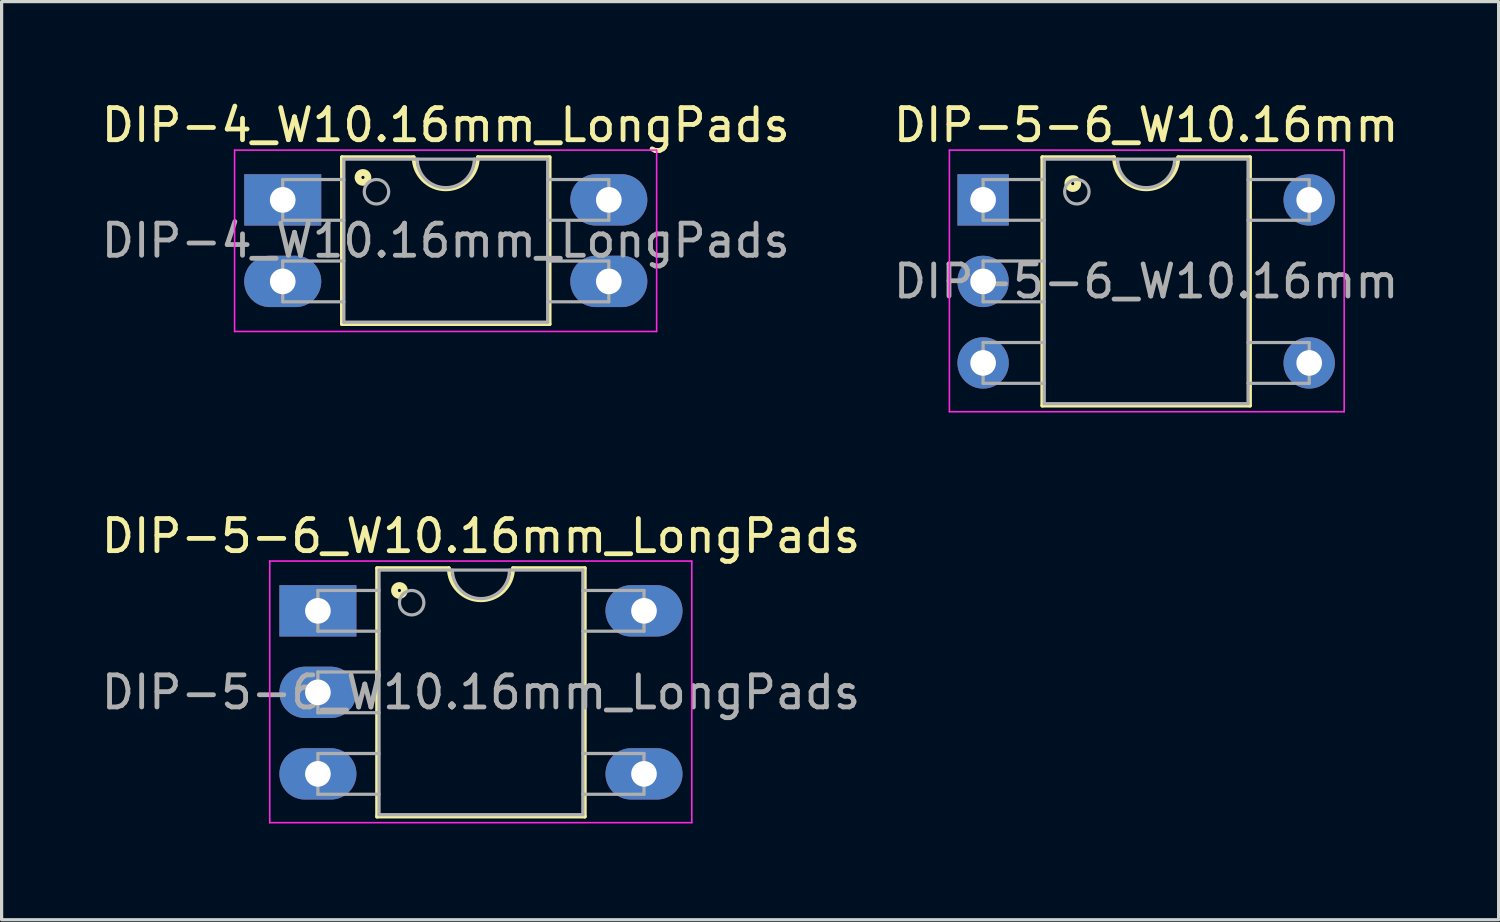
<source format=kicad_pcb>
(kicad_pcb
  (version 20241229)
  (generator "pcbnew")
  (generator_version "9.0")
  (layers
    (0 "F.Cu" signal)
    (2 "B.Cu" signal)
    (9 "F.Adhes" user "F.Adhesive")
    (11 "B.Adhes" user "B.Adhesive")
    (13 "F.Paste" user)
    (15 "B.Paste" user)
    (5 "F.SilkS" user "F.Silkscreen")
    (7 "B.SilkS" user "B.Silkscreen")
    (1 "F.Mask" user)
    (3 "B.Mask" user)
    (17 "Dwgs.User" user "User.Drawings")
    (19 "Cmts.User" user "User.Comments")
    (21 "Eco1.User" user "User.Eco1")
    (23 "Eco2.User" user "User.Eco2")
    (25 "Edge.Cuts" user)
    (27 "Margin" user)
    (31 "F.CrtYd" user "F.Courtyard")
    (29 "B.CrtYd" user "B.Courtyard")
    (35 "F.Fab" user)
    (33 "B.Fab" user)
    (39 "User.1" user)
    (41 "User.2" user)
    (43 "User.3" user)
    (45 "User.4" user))
  (footprint "DIP-5-6_W10.16mm"
    (layer "F.Cu")
    (at 27.581 3.178)
    (property "Reference" "DIP-5-6_W10.16mm" (at 5.08 -2.33 0) (layer "F.SilkS") (effects (font (size 1 1) (thickness 0.15))))
    (attr through_hole)
    (fp_line (start 1.845 -1.33) (end 1.845 6.41) (stroke (width 0.12) (type solid)) (layer "F.SilkS"))
    (fp_line (start 1.845 6.41) (end 8.315 6.41) (stroke (width 0.12) (type solid)) (layer "F.SilkS"))
    (fp_line (start 4.08 -1.33) (end 1.845 -1.33) (stroke (width 0.12) (type solid)) (layer "F.SilkS"))
    (fp_line (start 8.315 -1.33) (end 6.08 -1.33) (stroke (width 0.12) (type solid)) (layer "F.SilkS"))
    (fp_line (start 8.315 6.41) (end 8.315 -1.33) (stroke (width 0.12) (type solid)) (layer "F.SilkS"))
    (fp_arc (start 6.08 -1.33) (mid 5.08 -0.33) (end 4.08 -1.33) (stroke (width 0.12) (type solid)) (layer "F.SilkS"))
    (fp_circle (center 2.794 -0.508) (end 2.844 -0.508) (stroke (width 0.12) (type solid)) (fill no) (layer "F.SilkS"))
    (fp_circle (center 2.794 -0.508) (end 2.919 -0.508) (stroke (width 0.12) (type solid)) (fill no) (layer "F.SilkS"))
    (fp_circle (center 2.794 -0.508) (end 2.994 -0.508) (stroke (width 0.12) (type solid)) (fill no) (layer "F.SilkS"))
    (fp_line (start -1.05 -1.55) (end -1.05 6.6) (stroke (width 0.05) (type solid)) (layer "F.CrtYd"))
    (fp_line (start -1.05 6.6) (end 11.25 6.6) (stroke (width 0.05) (type solid)) (layer "F.CrtYd"))
    (fp_line (start 11.25 -1.55) (end -1.05 -1.55) (stroke (width 0.05) (type solid)) (layer "F.CrtYd"))
    (fp_line (start 11.25 6.6) (end 11.25 -1.55) (stroke (width 0.05) (type solid)) (layer "F.CrtYd"))
    (fp_line (start 0 -0.635) (end 0 0.635) (stroke (width 0.1) (type solid)) (layer "F.Fab"))
    (fp_line (start 0 -0.635) (end 1.905 -0.635) (stroke (width 0.1) (type solid)) (layer "F.Fab"))
    (fp_line (start 0 0.635) (end 1.905 0.635) (stroke (width 0.1) (type solid)) (layer "F.Fab"))
    (fp_line (start 0 1.905) (end 0 3.175) (stroke (width 0.1) (type solid)) (layer "F.Fab"))
    (fp_line (start 0 1.905) (end 1.905 1.905) (stroke (width 0.1) (type solid)) (layer "F.Fab"))
    (fp_line (start 0 3.175) (end 1.905 3.175) (stroke (width 0.1) (type solid)) (layer "F.Fab"))
    (fp_line (start 0 4.445) (end 0 5.715) (stroke (width 0.1) (type solid)) (layer "F.Fab"))
    (fp_line (start 0 4.445) (end 1.905 4.445) (stroke (width 0.1) (type solid)) (layer "F.Fab"))
    (fp_line (start 0 5.715) (end 1.905 5.715) (stroke (width 0.1) (type solid)) (layer "F.Fab"))
    (fp_line (start 1.905 -1.27) (end 8.255 -1.27) (stroke (width 0.1) (type solid)) (layer "F.Fab"))
    (fp_line (start 1.905 6.35) (end 1.905 -1.27) (stroke (width 0.1) (type solid)) (layer "F.Fab"))
    (fp_line (start 8.255 -1.27) (end 8.255 6.35) (stroke (width 0.1) (type solid)) (layer "F.Fab"))
    (fp_line (start 8.255 6.35) (end 1.905 6.35) (stroke (width 0.1) (type solid)) (layer "F.Fab"))
    (fp_line (start 10.16 -0.635) (end 8.255 -0.635) (stroke (width 0.1) (type solid)) (layer "F.Fab"))
    (fp_line (start 10.16 0.635) (end 8.255 0.635) (stroke (width 0.1) (type solid)) (layer "F.Fab"))
    (fp_line (start 10.16 0.635) (end 10.16 -0.635) (stroke (width 0.1) (type solid)) (layer "F.Fab"))
    (fp_line (start 10.16 4.445) (end 8.255 4.445) (stroke (width 0.1) (type solid)) (layer "F.Fab"))
    (fp_line (start 10.16 5.715) (end 8.255 5.715) (stroke (width 0.1) (type solid)) (layer "F.Fab"))
    (fp_line (start 10.16 5.715) (end 10.16 4.445) (stroke (width 0.1) (type solid)) (layer "F.Fab"))
    (fp_arc (start 5.969 -1.27) (mid 5.08 -0.381) (end 4.191 -1.27) (stroke (width 0.1) (type solid)) (layer "F.Fab"))
    (fp_circle (center 2.921 -0.254) (end 3.302 -0.254) (stroke (width 0.1) (type solid)) (fill no) (layer "F.Fab"))
    (fp_text user "${REFERENCE}" (at 5.08 2.54 0) (layer "F.Fab") (effects (font (size 1 1) (thickness 0.15))))
    (pad "1" thru_hole rect (at 0 0) (size 1.6 1.6) (drill 0.8) (layers "*.Cu" "*.Mask"))
    (pad "2" thru_hole oval (at 0 2.54) (size 1.6 1.6) (drill 0.8) (layers "*.Cu" "*.Mask"))
    (pad "3" thru_hole oval (at 0 5.08) (size 1.6 1.6) (drill 0.8) (layers "*.Cu" "*.Mask"))
    (pad "4" thru_hole oval (at 10.16 5.08) (size 1.6 1.6) (drill 0.8) (layers "*.Cu" "*.Mask"))
    (pad "6" thru_hole oval (at 10.16 0) (size 1.6 1.6) (drill 0.8) (layers "*.Cu" "*.Mask")))
  (footprint "DIP-5-6_W10.16mm_LongPads"
    (layer "F.Cu")
    (at 6.855 15.982)
    (property "Reference" "DIP-5-6_W10.16mm_LongPads" (at 5.08 -2.33 0) (layer "F.SilkS") (effects (font (size 1 1) (thickness 0.15))))
    (attr through_hole)
    (fp_line (start 1.845 -1.33) (end 1.845 6.41) (stroke (width 0.12) (type solid)) (layer "F.SilkS"))
    (fp_line (start 1.845 6.41) (end 8.315 6.41) (stroke (width 0.12) (type solid)) (layer "F.SilkS"))
    (fp_line (start 4.08 -1.33) (end 1.845 -1.33) (stroke (width 0.12) (type solid)) (layer "F.SilkS"))
    (fp_line (start 8.315 -1.33) (end 6.08 -1.33) (stroke (width 0.12) (type solid)) (layer "F.SilkS"))
    (fp_line (start 8.315 6.41) (end 8.315 -1.33) (stroke (width 0.12) (type solid)) (layer "F.SilkS"))
    (fp_arc (start 6.08 -1.33) (mid 5.08 -0.33) (end 4.08 -1.33) (stroke (width 0.12) (type solid)) (layer "F.SilkS"))
    (fp_circle (center 2.54 -0.635) (end 2.59 -0.635) (stroke (width 0.12) (type solid)) (fill no) (layer "F.SilkS"))
    (fp_circle (center 2.54 -0.635) (end 2.665 -0.635) (stroke (width 0.12) (type solid)) (fill no) (layer "F.SilkS"))
    (fp_circle (center 2.54 -0.635) (end 2.74 -0.635) (stroke (width 0.12) (type solid)) (fill no) (layer "F.SilkS"))
    (fp_line (start -1.5 -1.55) (end -1.5 6.6) (stroke (width 0.05) (type solid)) (layer "F.CrtYd"))
    (fp_line (start -1.5 6.6) (end 11.65 6.6) (stroke (width 0.05) (type solid)) (layer "F.CrtYd"))
    (fp_line (start 11.65 -1.55) (end -1.5 -1.55) (stroke (width 0.05) (type solid)) (layer "F.CrtYd"))
    (fp_line (start 11.65 6.6) (end 11.65 -1.55) (stroke (width 0.05) (type solid)) (layer "F.CrtYd"))
    (fp_line (start 0 -0.635) (end 0 0.635) (stroke (width 0.1) (type solid)) (layer "F.Fab"))
    (fp_line (start 0 -0.635) (end 1.905 -0.635) (stroke (width 0.1) (type solid)) (layer "F.Fab"))
    (fp_line (start 0 0.635) (end 1.905 0.635) (stroke (width 0.1) (type solid)) (layer "F.Fab"))
    (fp_line (start 0 1.905) (end 0 3.175) (stroke (width 0.1) (type solid)) (layer "F.Fab"))
    (fp_line (start 0 1.905) (end 1.905 1.905) (stroke (width 0.1) (type solid)) (layer "F.Fab"))
    (fp_line (start 0 3.175) (end 1.905 3.175) (stroke (width 0.1) (type solid)) (layer "F.Fab"))
    (fp_line (start 0 4.445) (end 0 5.715) (stroke (width 0.1) (type solid)) (layer "F.Fab"))
    (fp_line (start 0 4.445) (end 1.905 4.445) (stroke (width 0.1) (type solid)) (layer "F.Fab"))
    (fp_line (start 0 5.715) (end 1.905 5.715) (stroke (width 0.1) (type solid)) (layer "F.Fab"))
    (fp_line (start 1.905 -1.27) (end 8.255 -1.27) (stroke (width 0.1) (type solid)) (layer "F.Fab"))
    (fp_line (start 1.905 6.35) (end 1.905 -1.27) (stroke (width 0.1) (type solid)) (layer "F.Fab"))
    (fp_line (start 8.255 -1.27) (end 8.255 6.35) (stroke (width 0.1) (type solid)) (layer "F.Fab"))
    (fp_line (start 8.255 6.35) (end 1.905 6.35) (stroke (width 0.1) (type solid)) (layer "F.Fab"))
    (fp_line (start 10.16 -0.635) (end 8.255 -0.635) (stroke (width 0.1) (type solid)) (layer "F.Fab"))
    (fp_line (start 10.16 0.635) (end 8.255 0.635) (stroke (width 0.1) (type solid)) (layer "F.Fab"))
    (fp_line (start 10.16 0.635) (end 10.16 -0.635) (stroke (width 0.1) (type solid)) (layer "F.Fab"))
    (fp_line (start 10.16 4.445) (end 8.255 4.445) (stroke (width 0.1) (type solid)) (layer "F.Fab"))
    (fp_line (start 10.16 5.715) (end 8.255 5.715) (stroke (width 0.1) (type solid)) (layer "F.Fab"))
    (fp_line (start 10.16 5.715) (end 10.16 4.445) (stroke (width 0.1) (type solid)) (layer "F.Fab"))
    (fp_arc (start 5.969 -1.27) (mid 5.08 -0.381) (end 4.191 -1.27) (stroke (width 0.1) (type solid)) (layer "F.Fab"))
    (fp_circle (center 2.921 -0.254) (end 3.302 -0.254) (stroke (width 0.1) (type solid)) (fill no) (layer "F.Fab"))
    (fp_text user "${REFERENCE}" (at 5.08 2.54 0) (layer "F.Fab") (effects (font (size 1 1) (thickness 0.15))))
    (pad "1" thru_hole rect (at 0 0) (size 2.4 1.6) (drill 0.8) (layers "*.Cu" "*.Mask"))
    (pad "2" thru_hole oval (at 0 2.54) (size 2.4 1.6) (drill 0.8) (layers "*.Cu" "*.Mask"))
    (pad "3" thru_hole oval (at 0 5.08) (size 2.4 1.6) (drill 0.8) (layers "*.Cu" "*.Mask"))
    (pad "4" thru_hole oval (at 10.16 5.08) (size 2.4 1.6) (drill 0.8) (layers "*.Cu" "*.Mask"))
    (pad "6" thru_hole oval (at 10.16 0) (size 2.4 1.6) (drill 0.8) (layers "*.Cu" "*.Mask")))
  (footprint "DIP-4_W10.16mm_LongPads"
    (layer "F.Cu")
    (at 5.759 3.178)
    (property "Reference" "DIP-4_W10.16mm_LongPads" (at 5.08 -2.33 0) (layer "F.SilkS") (effects (font (size 1 1) (thickness 0.15))))
    (attr through_hole)
    (fp_line (start 1.845 -1.33) (end 1.845 3.87) (stroke (width 0.12) (type solid)) (layer "F.SilkS"))
    (fp_line (start 1.845 3.87) (end 8.315 3.87) (stroke (width 0.12) (type solid)) (layer "F.SilkS"))
    (fp_line (start 4.08 -1.33) (end 1.845 -1.33) (stroke (width 0.12) (type solid)) (layer "F.SilkS"))
    (fp_line (start 8.315 -1.33) (end 6.08 -1.33) (stroke (width 0.12) (type solid)) (layer "F.SilkS"))
    (fp_line (start 8.315 3.87) (end 8.315 -1.33) (stroke (width 0.12) (type solid)) (layer "F.SilkS"))
    (fp_arc (start 6.08 -1.33) (mid 5.08 -0.33) (end 4.08 -1.33) (stroke (width 0.12) (type solid)) (layer "F.SilkS"))
    (fp_circle (center 2.5 -0.7) (end 2.55 -0.7) (stroke (width 0.12) (type solid)) (fill no) (layer "F.SilkS"))
    (fp_circle (center 2.5 -0.7) (end 2.625 -0.7) (stroke (width 0.12) (type solid)) (fill no) (layer "F.SilkS"))
    (fp_circle (center 2.5 -0.7) (end 2.7 -0.7) (stroke (width 0.12) (type solid)) (fill no) (layer "F.SilkS"))
    (fp_line (start -1.5 -1.55) (end -1.5 4.1) (stroke (width 0.05) (type solid)) (layer "F.CrtYd"))
    (fp_line (start -1.5 4.1) (end 11.65 4.1) (stroke (width 0.05) (type solid)) (layer "F.CrtYd"))
    (fp_line (start 11.65 -1.55) (end -1.5 -1.55) (stroke (width 0.05) (type solid)) (layer "F.CrtYd"))
    (fp_line (start 11.65 4.1) (end 11.65 -1.55) (stroke (width 0.05) (type solid)) (layer "F.CrtYd"))
    (fp_line (start 0 -0.635) (end 0 0.635) (stroke (width 0.1) (type solid)) (layer "F.Fab"))
    (fp_line (start 0 -0.635) (end 1.905 -0.635) (stroke (width 0.1) (type solid)) (layer "F.Fab"))
    (fp_line (start 0 0.635) (end 1.905 0.635) (stroke (width 0.1) (type solid)) (layer "F.Fab"))
    (fp_line (start 0 1.905) (end 0 3.175) (stroke (width 0.1) (type solid)) (layer "F.Fab"))
    (fp_line (start 0 1.905) (end 1.905 1.905) (stroke (width 0.1) (type solid)) (layer "F.Fab"))
    (fp_line (start 0 3.175) (end 1.905 3.175) (stroke (width 0.1) (type solid)) (layer "F.Fab"))
    (fp_line (start 1.905 -1.27) (end 8.255 -1.27) (stroke (width 0.1) (type solid)) (layer "F.Fab"))
    (fp_line (start 1.905 3.81) (end 1.905 -1.27) (stroke (width 0.1) (type solid)) (layer "F.Fab"))
    (fp_line (start 8.255 -1.27) (end 8.255 3.81) (stroke (width 0.1) (type solid)) (layer "F.Fab"))
    (fp_line (start 8.255 3.81) (end 1.905 3.81) (stroke (width 0.1) (type solid)) (layer "F.Fab"))
    (fp_line (start 10.16 -0.635) (end 8.255 -0.635) (stroke (width 0.1) (type solid)) (layer "F.Fab"))
    (fp_line (start 10.16 0.635) (end 8.255 0.635) (stroke (width 0.1) (type solid)) (layer "F.Fab"))
    (fp_line (start 10.16 0.635) (end 10.16 -0.635) (stroke (width 0.1) (type solid)) (layer "F.Fab"))
    (fp_line (start 10.16 1.905) (end 8.255 1.905) (stroke (width 0.1) (type solid)) (layer "F.Fab"))
    (fp_line (start 10.16 3.175) (end 8.255 3.175) (stroke (width 0.1) (type solid)) (layer "F.Fab"))
    (fp_line (start 10.16 3.175) (end 10.16 1.905) (stroke (width 0.1) (type solid)) (layer "F.Fab"))
    (fp_arc (start 5.969 -1.27) (mid 5.08 -0.381) (end 4.191 -1.27) (stroke (width 0.1) (type solid)) (layer "F.Fab"))
    (fp_circle (center 2.921 -0.254) (end 3.302 -0.254) (stroke (width 0.1) (type solid)) (fill no) (layer "F.Fab"))
    (fp_text user "${REFERENCE}" (at 5.08 1.27 0) (layer "F.Fab") (effects (font (size 1 1) (thickness 0.15))))
    (pad "1" thru_hole rect (at 0 0) (size 2.4 1.6) (drill 0.8) (layers "*.Cu" "*.Mask"))
    (pad "2" thru_hole oval (at 0 2.54) (size 2.4 1.6) (drill 0.8) (layers "*.Cu" "*.Mask"))
    (pad "3" thru_hole oval (at 10.16 2.54) (size 2.4 1.6) (drill 0.8) (layers "*.Cu" "*.Mask"))
    (pad "4" thru_hole oval (at 10.16 0) (size 2.4 1.6) (drill 0.8) (layers "*.Cu" "*.Mask")))
  (gr_rect
    (start -3 -3)
    (end 43.643 25.607)
    (stroke (width 0.1) (type default))
    (fill no)
    (layer "Edge.Cuts")))
</source>
